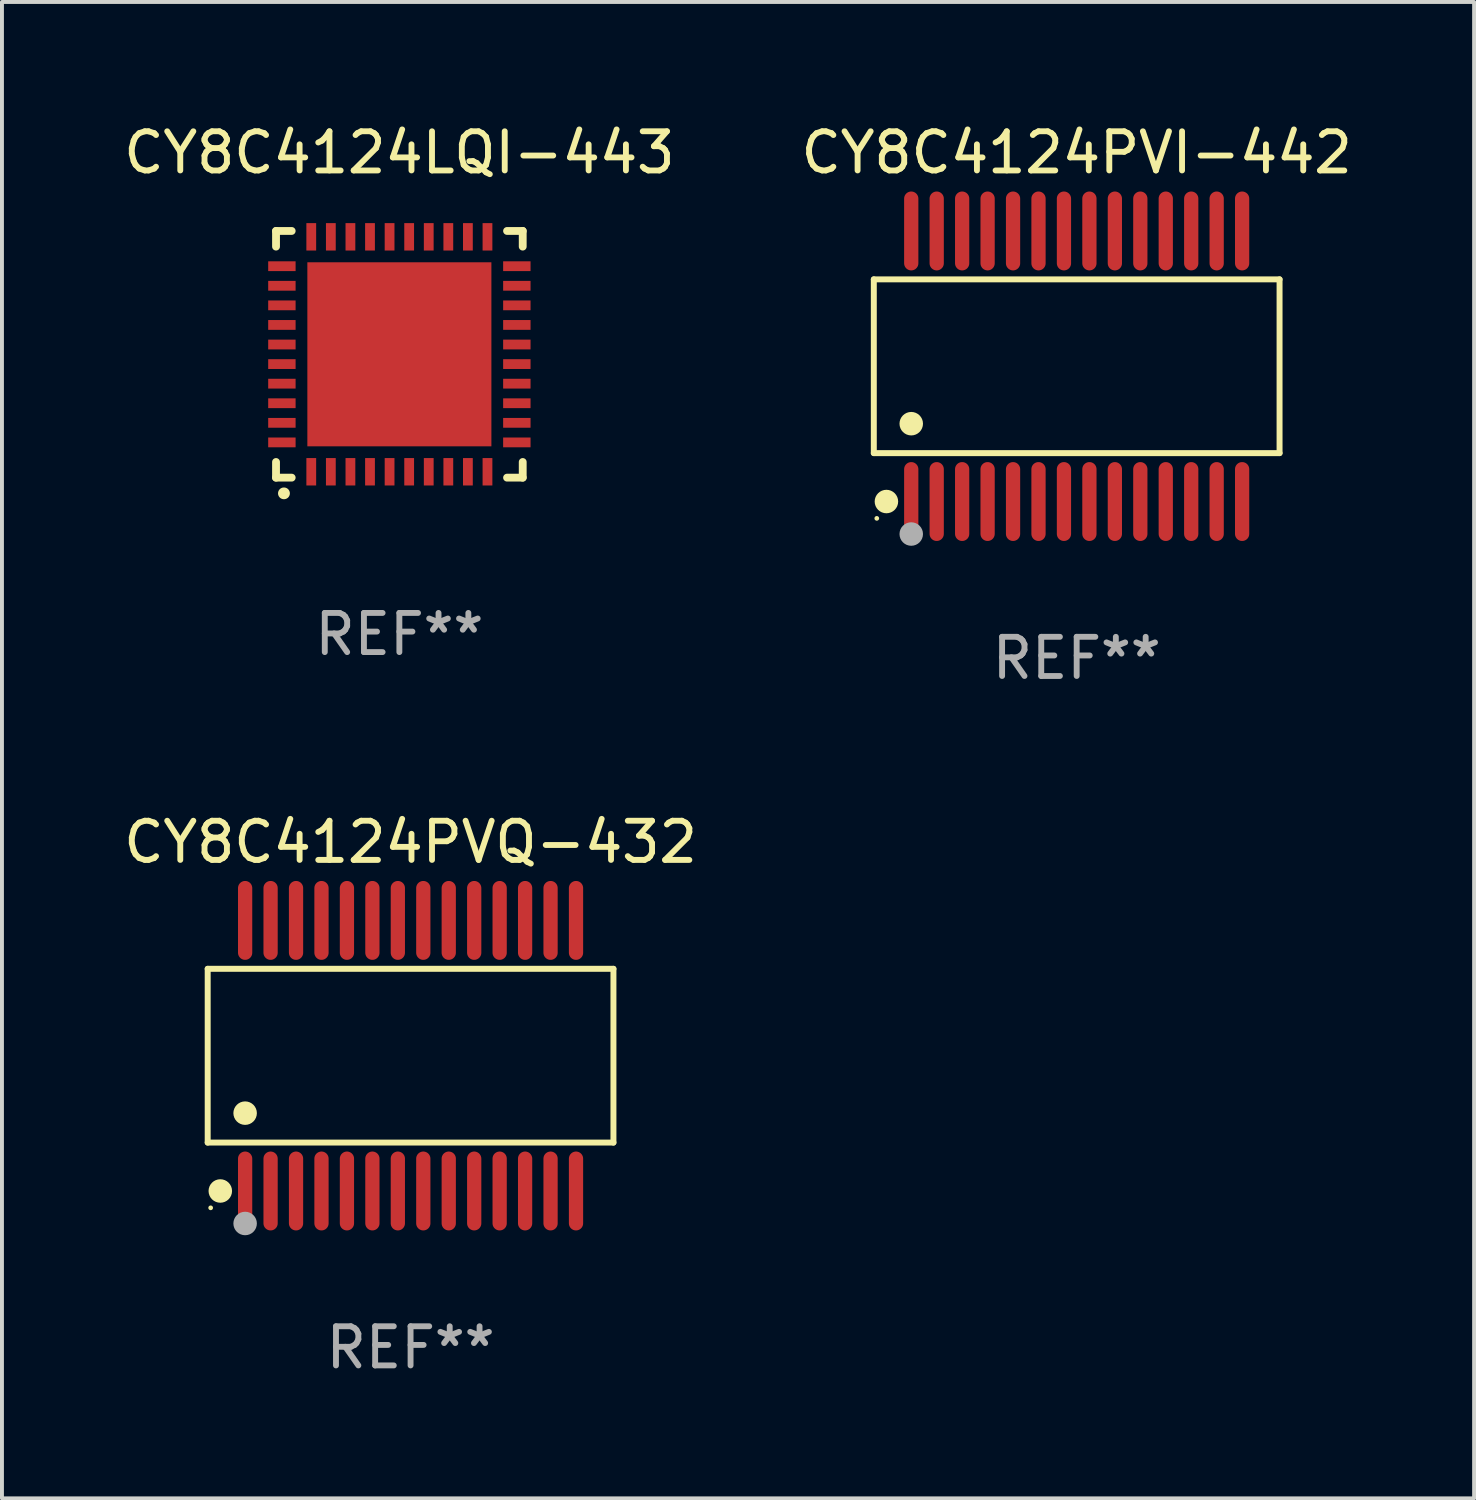
<source format=kicad_pcb>
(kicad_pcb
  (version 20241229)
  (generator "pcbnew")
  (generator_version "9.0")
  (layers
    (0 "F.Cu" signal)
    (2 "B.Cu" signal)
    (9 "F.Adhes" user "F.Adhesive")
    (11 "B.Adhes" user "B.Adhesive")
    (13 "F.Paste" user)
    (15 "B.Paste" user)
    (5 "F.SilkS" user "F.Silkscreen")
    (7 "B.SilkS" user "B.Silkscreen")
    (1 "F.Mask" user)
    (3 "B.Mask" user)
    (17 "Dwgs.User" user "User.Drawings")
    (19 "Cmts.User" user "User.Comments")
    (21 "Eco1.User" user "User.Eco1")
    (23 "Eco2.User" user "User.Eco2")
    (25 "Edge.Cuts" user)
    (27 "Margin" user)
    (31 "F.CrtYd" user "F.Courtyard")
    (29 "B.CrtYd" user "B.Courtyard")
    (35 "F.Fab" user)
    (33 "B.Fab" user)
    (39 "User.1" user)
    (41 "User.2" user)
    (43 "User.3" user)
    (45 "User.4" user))
  (footprint "CY8C4124LQI-443"
    (layer "F.Cu")
    (at 7.149 5.998)
    (property "Reference" "CY8C4124LQI-443" (at 0 -5.15 0) (layer "F.SilkS") (effects (font (size 1 1) (thickness 0.15))))
    (attr through_hole)
    (fp_line (start -3.15 -3.15) (end -2.75 -3.15) (stroke (width 0.2) (type solid)) (layer "F.SilkS"))
    (fp_line (start -3.15 -2.75) (end -3.15 -3.15) (stroke (width 0.2) (type solid)) (layer "F.SilkS"))
    (fp_line (start -3.15 3.15) (end -3.15 2.75) (stroke (width 0.2) (type solid)) (layer "F.SilkS"))
    (fp_line (start -2.75 3.15) (end -3.15 3.15) (stroke (width 0.2) (type solid)) (layer "F.SilkS"))
    (fp_line (start 3.15 -3.15) (end 2.75 -3.15) (stroke (width 0.2) (type solid)) (layer "F.SilkS"))
    (fp_line (start 3.15 -2.75) (end 3.15 -3.15) (stroke (width 0.2) (type solid)) (layer "F.SilkS"))
    (fp_line (start 3.15 2.75) (end 3.15 3.15) (stroke (width 0.2) (type solid)) (layer "F.SilkS"))
    (fp_line (start 3.15 3.15) (end 2.75 3.15) (stroke (width 0.2) (type solid)) (layer "F.SilkS"))
    (fp_arc (start -2.94892 3.550927) (mid -2.94765 3.550922) (end -2.94638 3.550927) (stroke (width 0.3) (type solid)) (layer "F.SilkS"))
    (fp_text user "REF**" (at 0 7.15 0) (layer "F.Fab") (effects (font (size 1 1) (thickness 0.15))))
    (pad "1" smd rect (at -2.25 3 180) (size 0.25 0.7) (layers "F.Cu" "F.Mask" "F.Paste"))
    (pad "2" smd rect (at -1.75 3 180) (size 0.25 0.7) (layers "F.Cu" "F.Mask" "F.Paste"))
    (pad "3" smd rect (at -1.25 3 180) (size 0.25 0.7) (layers "F.Cu" "F.Mask" "F.Paste"))
    (pad "4" smd rect (at -0.75 3 180) (size 0.25 0.7) (layers "F.Cu" "F.Mask" "F.Paste"))
    (pad "5" smd rect (at -0.25 3 180) (size 0.25 0.7) (layers "F.Cu" "F.Mask" "F.Paste"))
    (pad "6" smd rect (at 0.25 3 180) (size 0.25 0.7) (layers "F.Cu" "F.Mask" "F.Paste"))
    (pad "7" smd rect (at 0.75 3 180) (size 0.25 0.7) (layers "F.Cu" "F.Mask" "F.Paste"))
    (pad "8" smd rect (at 1.25 3 180) (size 0.25 0.7) (layers "F.Cu" "F.Mask" "F.Paste"))
    (pad "9" smd rect (at 1.75 3 180) (size 0.25 0.7) (layers "F.Cu" "F.Mask" "F.Paste"))
    (pad "10" smd rect (at 2.25 3 180) (size 0.25 0.7) (layers "F.Cu" "F.Mask" "F.Paste"))
    (pad "11" smd rect (at 3 2.25 90) (size 0.25 0.7) (layers "F.Cu" "F.Mask" "F.Paste"))
    (pad "12" smd rect (at 3 1.75 90) (size 0.25 0.7) (layers "F.Cu" "F.Mask" "F.Paste"))
    (pad "13" smd rect (at 3 1.25 90) (size 0.25 0.7) (layers "F.Cu" "F.Mask" "F.Paste"))
    (pad "14" smd rect (at 3 0.75 90) (size 0.25 0.7) (layers "F.Cu" "F.Mask" "F.Paste"))
    (pad "15" smd rect (at 3 0.25 90) (size 0.25 0.7) (layers "F.Cu" "F.Mask" "F.Paste"))
    (pad "16" smd rect (at 3 -0.25 90) (size 0.25 0.7) (layers "F.Cu" "F.Mask" "F.Paste"))
    (pad "17" smd rect (at 3 -0.75 90) (size 0.25 0.7) (layers "F.Cu" "F.Mask" "F.Paste"))
    (pad "18" smd rect (at 3 -1.25 90) (size 0.25 0.7) (layers "F.Cu" "F.Mask" "F.Paste"))
    (pad "19" smd rect (at 3 -1.75 90) (size 0.25 0.7) (layers "F.Cu" "F.Mask" "F.Paste"))
    (pad "20" smd rect (at 3 -2.25 90) (size 0.25 0.7) (layers "F.Cu" "F.Mask" "F.Paste"))
    (pad "21" smd rect (at 2.25 -3 180) (size 0.25 0.7) (layers "F.Cu" "F.Mask" "F.Paste"))
    (pad "22" smd rect (at 1.75 -3 180) (size 0.25 0.7) (layers "F.Cu" "F.Mask" "F.Paste"))
    (pad "23" smd rect (at 1.25 -3 180) (size 0.25 0.7) (layers "F.Cu" "F.Mask" "F.Paste"))
    (pad "24" smd rect (at 0.75 -3 180) (size 0.25 0.7) (layers "F.Cu" "F.Mask" "F.Paste"))
    (pad "25" smd rect (at 0.25 -3 180) (size 0.25 0.7) (layers "F.Cu" "F.Mask" "F.Paste"))
    (pad "26" smd rect (at -0.25 -3 180) (size 0.25 0.7) (layers "F.Cu" "F.Mask" "F.Paste"))
    (pad "27" smd rect (at -0.75 -3 180) (size 0.25 0.7) (layers "F.Cu" "F.Mask" "F.Paste"))
    (pad "28" smd rect (at -1.25 -3 180) (size 0.25 0.7) (layers "F.Cu" "F.Mask" "F.Paste"))
    (pad "29" smd rect (at -1.75 -3 180) (size 0.25 0.7) (layers "F.Cu" "F.Mask" "F.Paste"))
    (pad "30" smd rect (at -2.25 -3 180) (size 0.25 0.7) (layers "F.Cu" "F.Mask" "F.Paste"))
    (pad "31" smd rect (at -3 -2.25 90) (size 0.25 0.7) (layers "F.Cu" "F.Mask" "F.Paste"))
    (pad "32" smd rect (at -3 -1.75 90) (size 0.25 0.7) (layers "F.Cu" "F.Mask" "F.Paste"))
    (pad "33" smd rect (at -3 -1.25 90) (size 0.25 0.7) (layers "F.Cu" "F.Mask" "F.Paste"))
    (pad "34" smd rect (at -3 -0.75 90) (size 0.25 0.7) (layers "F.Cu" "F.Mask" "F.Paste"))
    (pad "35" smd rect (at -3 -0.25 90) (size 0.25 0.7) (layers "F.Cu" "F.Mask" "F.Paste"))
    (pad "36" smd rect (at -3 0.25 90) (size 0.25 0.7) (layers "F.Cu" "F.Mask" "F.Paste"))
    (pad "37" smd rect (at -3 0.75 90) (size 0.25 0.7) (layers "F.Cu" "F.Mask" "F.Paste"))
    (pad "38" smd rect (at -3 1.25 90) (size 0.25 0.7) (layers "F.Cu" "F.Mask" "F.Paste"))
    (pad "39" smd rect (at -3 1.75 90) (size 0.25 0.7) (layers "F.Cu" "F.Mask" "F.Paste"))
    (pad "40" smd rect (at -3 2.25 90) (size 0.25 0.7) (layers "F.Cu" "F.Mask" "F.Paste"))
    (pad "41" smd rect (at 0.000102 0.000076 90) (size 4.7 4.7) (layers "F.Cu" "F.Mask" "F.Paste")))
  (footprint "CY8C4124PVI-442"
    (layer "F.Cu")
    (at 24.446 6.303)
    (property "Reference" "CY8C4124PVI-442" (at 0 -5.455 0) (layer "F.SilkS") (effects (font (size 1 1) (thickness 0.15))))
    (attr through_hole)
    (fp_line (start -5.181 -2.219) (end 5.181 -2.219) (stroke (width 0.152) (type solid)) (layer "F.SilkS"))
    (fp_line (start -5.181 2.219) (end -5.181 -2.219) (stroke (width 0.152) (type solid)) (layer "F.SilkS"))
    (fp_line (start 5.181 -2.219) (end 5.181 2.219) (stroke (width 0.152) (type solid)) (layer "F.SilkS"))
    (fp_line (start 5.181 2.219) (end -5.181 2.219) (stroke (width 0.152) (type solid)) (layer "F.SilkS"))
    (fp_circle (center -5.105 3.885) (end -5.075 3.885) (stroke (width 0.06) (type solid)) (fill no) (layer "F.SilkS"))
    (fp_circle (center -4.859 3.455) (end -4.709 3.455) (stroke (width 0.3) (type solid)) (fill no) (layer "F.SilkS"))
    (fp_circle (center -4.225 1.467) (end -4.075 1.467) (stroke (width 0.3) (type solid)) (fill no) (layer "F.SilkS"))
    (fp_circle (center -4.225 4.285) (end -4.075 4.285) (stroke (width 0.3) (type solid)) (fill no) (layer "F.Fab"))
    (fp_text user "REF**" (at 0 7.455 0) (layer "F.Fab") (effects (font (size 1 1) (thickness 0.15))))
    (pad "1" smd oval (at -4.225 3.455) (size 0.364 2.015) (layers "F.Cu" "F.Mask" "F.Paste"))
    (pad "2" smd oval (at -3.575 3.455) (size 0.364 2.015) (layers "F.Cu" "F.Mask" "F.Paste"))
    (pad "3" smd oval (at -2.925 3.455) (size 0.364 2.015) (layers "F.Cu" "F.Mask" "F.Paste"))
    (pad "4" smd oval (at -2.275 3.455) (size 0.364 2.015) (layers "F.Cu" "F.Mask" "F.Paste"))
    (pad "5" smd oval (at -1.625 3.455) (size 0.364 2.015) (layers "F.Cu" "F.Mask" "F.Paste"))
    (pad "6" smd oval (at -0.975 3.455) (size 0.364 2.015) (layers "F.Cu" "F.Mask" "F.Paste"))
    (pad "7" smd oval (at -0.325 3.455) (size 0.364 2.015) (layers "F.Cu" "F.Mask" "F.Paste"))
    (pad "8" smd oval (at 0.325 3.455) (size 0.364 2.015) (layers "F.Cu" "F.Mask" "F.Paste"))
    (pad "9" smd oval (at 0.975 3.455) (size 0.364 2.015) (layers "F.Cu" "F.Mask" "F.Paste"))
    (pad "10" smd oval (at 1.625 3.455) (size 0.364 2.015) (layers "F.Cu" "F.Mask" "F.Paste"))
    (pad "11" smd oval (at 2.275 3.455) (size 0.364 2.015) (layers "F.Cu" "F.Mask" "F.Paste"))
    (pad "12" smd oval (at 2.925 3.455) (size 0.364 2.015) (layers "F.Cu" "F.Mask" "F.Paste"))
    (pad "13" smd oval (at 3.575 3.455) (size 0.364 2.015) (layers "F.Cu" "F.Mask" "F.Paste"))
    (pad "14" smd oval (at 4.225 3.455) (size 0.364 2.015) (layers "F.Cu" "F.Mask" "F.Paste"))
    (pad "15" smd oval (at 4.225 -3.455) (size 0.364 2.015) (layers "F.Cu" "F.Mask" "F.Paste"))
    (pad "16" smd oval (at 3.575 -3.455) (size 0.364 2.015) (layers "F.Cu" "F.Mask" "F.Paste"))
    (pad "17" smd oval (at 2.925 -3.455) (size 0.364 2.015) (layers "F.Cu" "F.Mask" "F.Paste"))
    (pad "18" smd oval (at 2.275 -3.455) (size 0.364 2.015) (layers "F.Cu" "F.Mask" "F.Paste"))
    (pad "19" smd oval (at 1.625 -3.455) (size 0.364 2.015) (layers "F.Cu" "F.Mask" "F.Paste"))
    (pad "20" smd oval (at 0.975 -3.455) (size 0.364 2.015) (layers "F.Cu" "F.Mask" "F.Paste"))
    (pad "21" smd oval (at 0.325 -3.455) (size 0.364 2.015) (layers "F.Cu" "F.Mask" "F.Paste"))
    (pad "22" smd oval (at -0.325 -3.455) (size 0.364 2.015) (layers "F.Cu" "F.Mask" "F.Paste"))
    (pad "23" smd oval (at -0.975 -3.455) (size 0.364 2.015) (layers "F.Cu" "F.Mask" "F.Paste"))
    (pad "24" smd oval (at -1.625 -3.455) (size 0.364 2.015) (layers "F.Cu" "F.Mask" "F.Paste"))
    (pad "25" smd oval (at -2.275 -3.455) (size 0.364 2.015) (layers "F.Cu" "F.Mask" "F.Paste"))
    (pad "26" smd oval (at -2.925 -3.455) (size 0.364 2.015) (layers "F.Cu" "F.Mask" "F.Paste"))
    (pad "27" smd oval (at -3.575 -3.455) (size 0.364 2.015) (layers "F.Cu" "F.Mask" "F.Paste"))
    (pad "28" smd oval (at -4.225 -3.455) (size 0.364 2.015) (layers "F.Cu" "F.Mask" "F.Paste")))
  (footprint "CY8C4124PVQ-432"
    (layer "F.Cu")
    (at 7.435 23.91)
    (property "Reference" "CY8C4124PVQ-432" (at 0 -5.455 0) (layer "F.SilkS") (effects (font (size 1 1) (thickness 0.15))))
    (attr through_hole)
    (fp_line (start -5.181 -2.219) (end 5.181 -2.219) (stroke (width 0.152) (type solid)) (layer "F.SilkS"))
    (fp_line (start -5.181 2.219) (end -5.181 -2.219) (stroke (width 0.152) (type solid)) (layer "F.SilkS"))
    (fp_line (start 5.181 -2.219) (end 5.181 2.219) (stroke (width 0.152) (type solid)) (layer "F.SilkS"))
    (fp_line (start 5.181 2.219) (end -5.181 2.219) (stroke (width 0.152) (type solid)) (layer "F.SilkS"))
    (fp_circle (center -5.105 3.885) (end -5.075 3.885) (stroke (width 0.06) (type solid)) (fill no) (layer "F.SilkS"))
    (fp_circle (center -4.859 3.455) (end -4.709 3.455) (stroke (width 0.3) (type solid)) (fill no) (layer "F.SilkS"))
    (fp_circle (center -4.225 1.467) (end -4.075 1.467) (stroke (width 0.3) (type solid)) (fill no) (layer "F.SilkS"))
    (fp_circle (center -4.225 4.285) (end -4.075 4.285) (stroke (width 0.3) (type solid)) (fill no) (layer "F.Fab"))
    (fp_text user "REF**" (at 0 7.455 0) (layer "F.Fab") (effects (font (size 1 1) (thickness 0.15))))
    (pad "1" smd oval (at -4.225 3.455) (size 0.364 2.015) (layers "F.Cu" "F.Mask" "F.Paste"))
    (pad "2" smd oval (at -3.575 3.455) (size 0.364 2.015) (layers "F.Cu" "F.Mask" "F.Paste"))
    (pad "3" smd oval (at -2.925 3.455) (size 0.364 2.015) (layers "F.Cu" "F.Mask" "F.Paste"))
    (pad "4" smd oval (at -2.275 3.455) (size 0.364 2.015) (layers "F.Cu" "F.Mask" "F.Paste"))
    (pad "5" smd oval (at -1.625 3.455) (size 0.364 2.015) (layers "F.Cu" "F.Mask" "F.Paste"))
    (pad "6" smd oval (at -0.975 3.455) (size 0.364 2.015) (layers "F.Cu" "F.Mask" "F.Paste"))
    (pad "7" smd oval (at -0.325 3.455) (size 0.364 2.015) (layers "F.Cu" "F.Mask" "F.Paste"))
    (pad "8" smd oval (at 0.325 3.455) (size 0.364 2.015) (layers "F.Cu" "F.Mask" "F.Paste"))
    (pad "9" smd oval (at 0.975 3.455) (size 0.364 2.015) (layers "F.Cu" "F.Mask" "F.Paste"))
    (pad "10" smd oval (at 1.625 3.455) (size 0.364 2.015) (layers "F.Cu" "F.Mask" "F.Paste"))
    (pad "11" smd oval (at 2.275 3.455) (size 0.364 2.015) (layers "F.Cu" "F.Mask" "F.Paste"))
    (pad "12" smd oval (at 2.925 3.455) (size 0.364 2.015) (layers "F.Cu" "F.Mask" "F.Paste"))
    (pad "13" smd oval (at 3.575 3.455) (size 0.364 2.015) (layers "F.Cu" "F.Mask" "F.Paste"))
    (pad "14" smd oval (at 4.225 3.455) (size 0.364 2.015) (layers "F.Cu" "F.Mask" "F.Paste"))
    (pad "15" smd oval (at 4.225 -3.455) (size 0.364 2.015) (layers "F.Cu" "F.Mask" "F.Paste"))
    (pad "16" smd oval (at 3.575 -3.455) (size 0.364 2.015) (layers "F.Cu" "F.Mask" "F.Paste"))
    (pad "17" smd oval (at 2.925 -3.455) (size 0.364 2.015) (layers "F.Cu" "F.Mask" "F.Paste"))
    (pad "18" smd oval (at 2.275 -3.455) (size 0.364 2.015) (layers "F.Cu" "F.Mask" "F.Paste"))
    (pad "19" smd oval (at 1.625 -3.455) (size 0.364 2.015) (layers "F.Cu" "F.Mask" "F.Paste"))
    (pad "20" smd oval (at 0.975 -3.455) (size 0.364 2.015) (layers "F.Cu" "F.Mask" "F.Paste"))
    (pad "21" smd oval (at 0.325 -3.455) (size 0.364 2.015) (layers "F.Cu" "F.Mask" "F.Paste"))
    (pad "22" smd oval (at -0.325 -3.455) (size 0.364 2.015) (layers "F.Cu" "F.Mask" "F.Paste"))
    (pad "23" smd oval (at -0.975 -3.455) (size 0.364 2.015) (layers "F.Cu" "F.Mask" "F.Paste"))
    (pad "24" smd oval (at -1.625 -3.455) (size 0.364 2.015) (layers "F.Cu" "F.Mask" "F.Paste"))
    (pad "25" smd oval (at -2.275 -3.455) (size 0.364 2.015) (layers "F.Cu" "F.Mask" "F.Paste"))
    (pad "26" smd oval (at -2.925 -3.455) (size 0.364 2.015) (layers "F.Cu" "F.Mask" "F.Paste"))
    (pad "27" smd oval (at -3.575 -3.455) (size 0.364 2.015) (layers "F.Cu" "F.Mask" "F.Paste"))
    (pad "28" smd oval (at -4.225 -3.455) (size 0.364 2.015) (layers "F.Cu" "F.Mask" "F.Paste")))
  (gr_rect
    (start -3 -3)
    (end 34.595 35.214)
    (stroke (width 0.1) (type default))
    (fill no)
    (layer "Edge.Cuts")))
</source>
